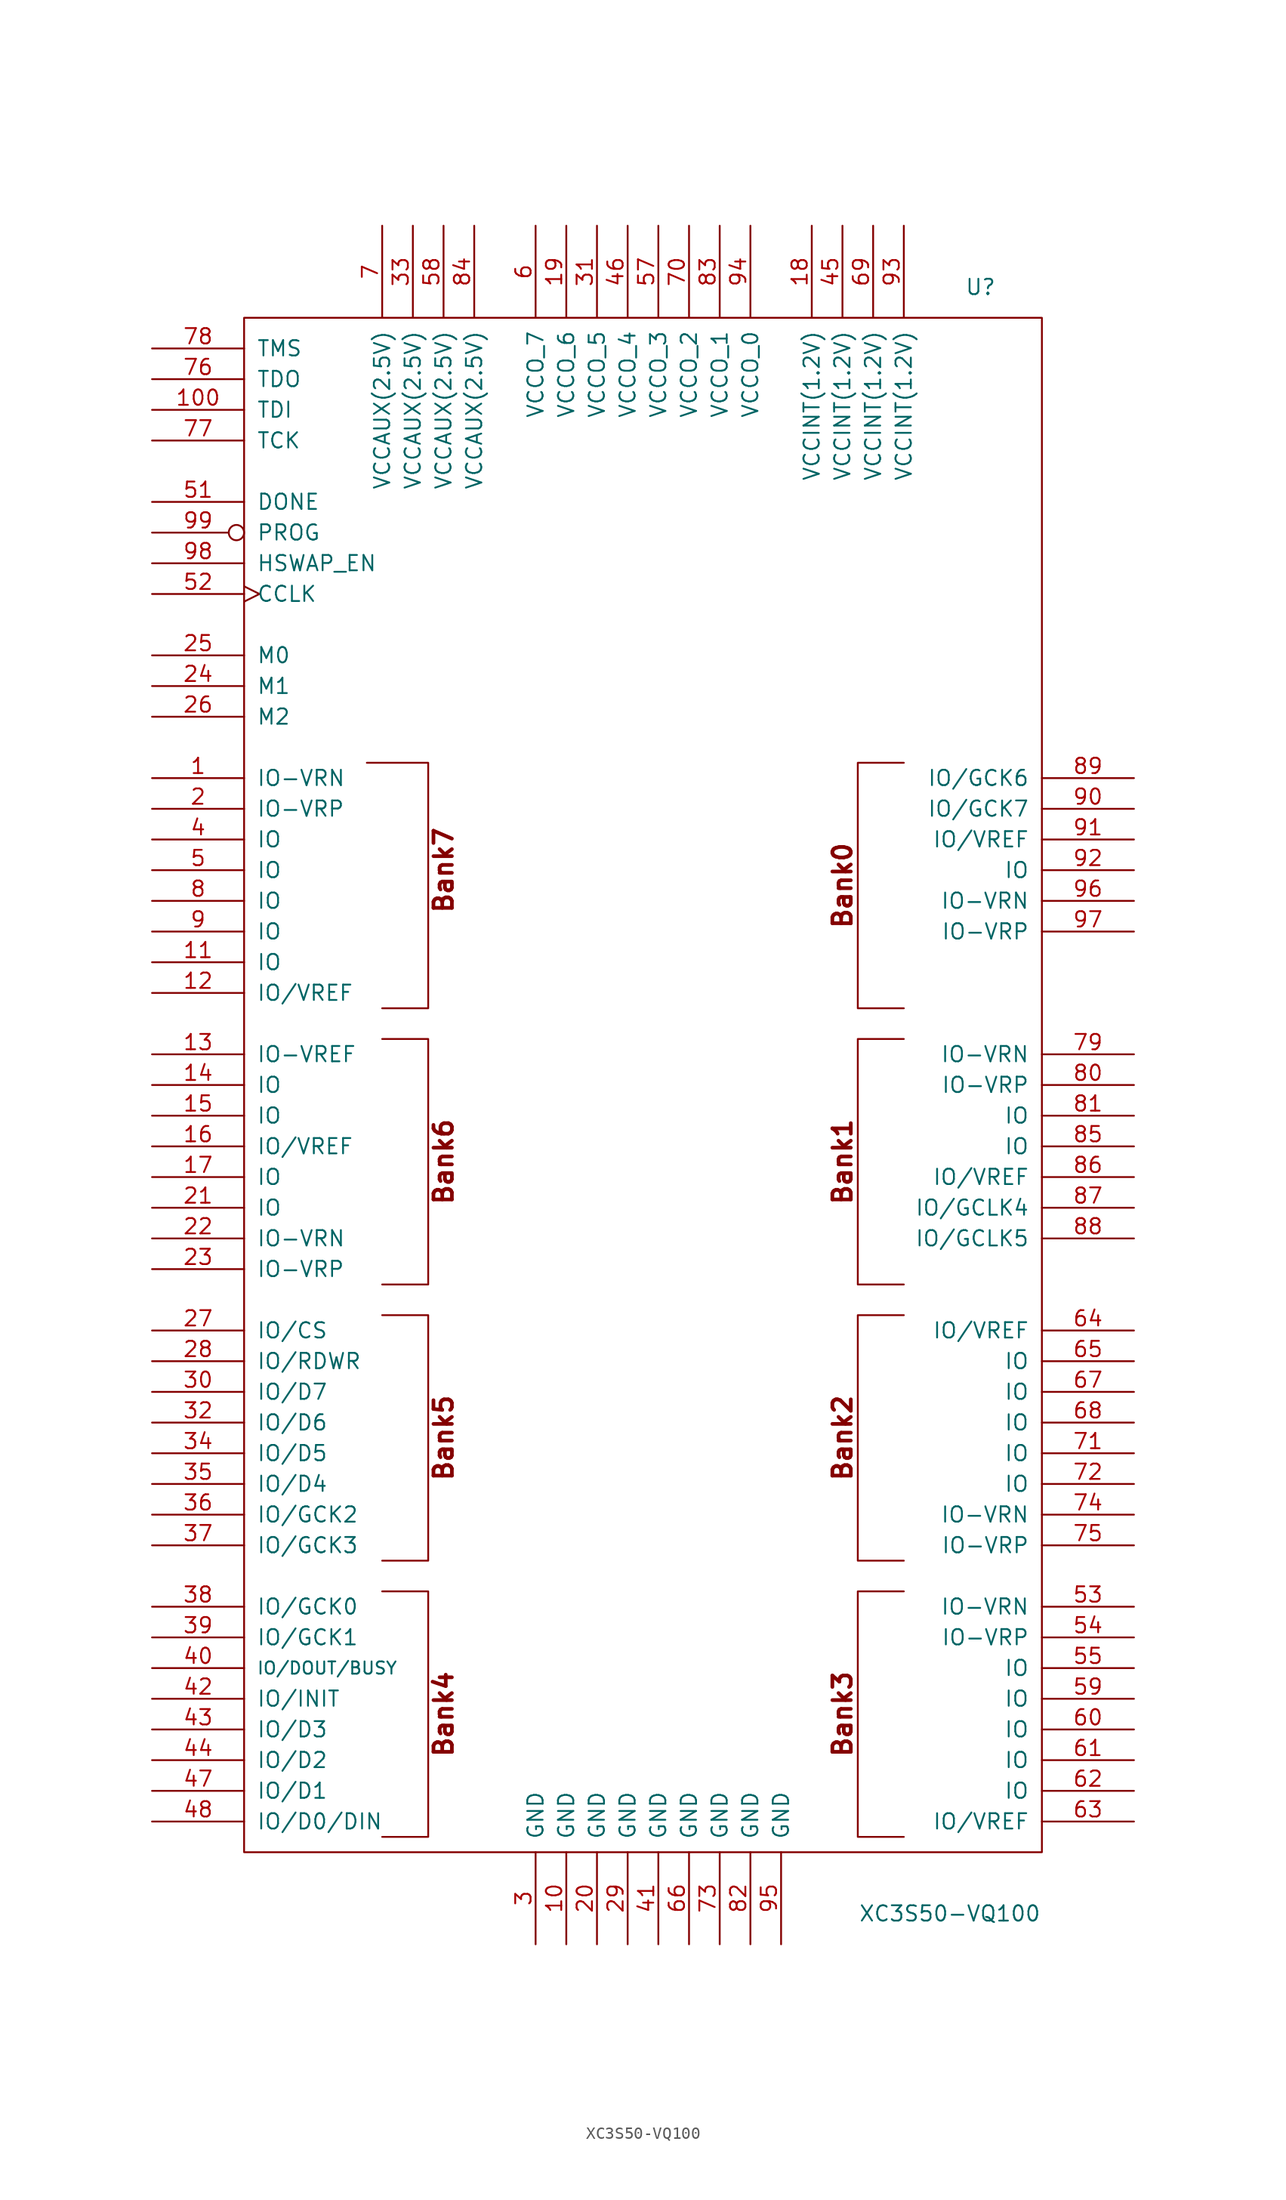
<source format=kicad_sym>
(kicad_symbol_lib
  (version 20201005)
  (generator kicad_symbol_editor)
  (symbol "FPGA_Xilinx:XC3S50-VQ100"
    (pin_names
      (offset 1.016))
    (property "Reference" "U"
      (at 26.67 66.04 0)
      (effects (font (size 1.27 1.27))))
    (property "Value" "XC3S50-VQ100"
      (at 24.13 -68.58 0)
      (effects (font (size 1.27 1.27))))
    (symbol "XC3S50-VQ100_0_0"
      (text "Bank0" (at 15.24 16.51 900) (effects (font (size 1.524 1.524) bold)))
      (text "Bank1" (at 15.24 -6.35 900) (effects (font (size 1.524 1.524) bold)))
      (text "Bank2" (at 15.24 -29.21 900) (effects (font (size 1.524 1.524) bold)))
      (text "Bank3" (at 15.24 -52.07 900) (effects (font (size 1.524 1.524) bold)))
      (text "Bank4" (at -17.78 -52.07 900) (effects (font (size 1.524 1.524) bold)))
      (text "Bank5" (at -17.78 -29.21 900) (effects (font (size 1.524 1.524) bold)))
      (text "Bank6" (at -17.78 -6.35 900) (effects (font (size 1.524 1.524) bold)))
      (text "Bank7" (at -17.78 17.78 900) (effects (font (size 1.524 1.524) bold)))
      (rectangle (start -34.29 63.5) (end 31.75 -63.5) (stroke (width 0)) (fill (type none))))
    (symbol "XC3S50-VQ100_0_1"
      (polyline (pts (xy -24.13 26.67) (xy -19.05 26.67) (xy -19.05 6.35) (xy -22.86 6.35) (xy -22.86 6.35)) (stroke (width 0)) (fill (type none)))
      (polyline (pts (xy -22.86 -41.91) (xy -19.05 -41.91) (xy -19.05 -62.23) (xy -22.86 -62.23) (xy -22.86 -62.23)) (stroke (width 0)) (fill (type none)))
      (polyline (pts (xy -22.86 -19.05) (xy -19.05 -19.05) (xy -19.05 -39.37) (xy -22.86 -39.37) (xy -22.86 -39.37)) (stroke (width 0)) (fill (type none)))
      (polyline (pts (xy -22.86 3.81) (xy -19.05 3.81) (xy -19.05 -16.51) (xy -22.86 -16.51) (xy -22.86 -16.51)) (stroke (width 0)) (fill (type none)))
      (polyline (pts (xy 20.32 -41.91) (xy 16.51 -41.91) (xy 16.51 -62.23) (xy 20.32 -62.23) (xy 20.32 -62.23)) (stroke (width 0)) (fill (type none)))
      (polyline (pts (xy 20.32 -19.05) (xy 16.51 -19.05) (xy 16.51 -39.37) (xy 20.32 -39.37) (xy 20.32 -39.37)) (stroke (width 0)) (fill (type none)))
      (polyline (pts (xy 20.32 3.81) (xy 16.51 3.81) (xy 16.51 -16.51) (xy 20.32 -16.51) (xy 20.32 -16.51)) (stroke (width 0)) (fill (type none)))
      (polyline (pts (xy 20.32 26.67) (xy 16.51 26.67) (xy 16.51 6.35) (xy 20.32 6.35) (xy 20.32 6.35)) (stroke (width 0)) (fill (type none))))
    (symbol "XC3S50-VQ100_1_1"
      (pin bidirectional line (at -41.91 25.4 0) (length 7.62) (name "IO-VRN" (effects (font (size 1.27 1.27)))) (number "1" (effects (font (size 1.27 1.27)))))
      (pin power_in line (at -7.62 -71.12 90) (length 7.62) (name "GND" (effects (font (size 1.27 1.27)))) (number "10" (effects (font (size 1.27 1.27)))))
      (pin input line (at -41.91 55.88 0) (length 7.62) (name "TDI" (effects (font (size 1.27 1.27)))) (number "100" (effects (font (size 1.27 1.27)))))
      (pin bidirectional line (at -41.91 10.16 0) (length 7.62) (name "IO" (effects (font (size 1.27 1.27)))) (number "11" (effects (font (size 1.27 1.27)))))
      (pin bidirectional line (at -41.91 7.62 0) (length 7.62) (name "IO/VREF" (effects (font (size 1.27 1.27)))) (number "12" (effects (font (size 1.27 1.27)))))
      (pin input line (at -41.91 2.54 0) (length 7.62) (name "IO-VREF" (effects (font (size 1.27 1.27)))) (number "13" (effects (font (size 1.27 1.27)))))
      (pin bidirectional line (at -41.91 0 0) (length 7.62) (name "IO" (effects (font (size 1.27 1.27)))) (number "14" (effects (font (size 1.27 1.27)))))
      (pin bidirectional line (at -41.91 -2.54 0) (length 7.62) (name "IO" (effects (font (size 1.27 1.27)))) (number "15" (effects (font (size 1.27 1.27)))))
      (pin bidirectional line (at -41.91 -5.08 0) (length 7.62) (name "IO/VREF" (effects (font (size 1.27 1.27)))) (number "16" (effects (font (size 1.27 1.27)))))
      (pin bidirectional line (at -41.91 -7.62 0) (length 7.62) (name "IO" (effects (font (size 1.27 1.27)))) (number "17" (effects (font (size 1.27 1.27)))))
      (pin power_in line (at 12.7 71.12 270) (length 7.62) (name "VCCINT(1.2V)" (effects (font (size 1.27 1.27)))) (number "18" (effects (font (size 1.27 1.27)))))
      (pin power_in line (at -7.62 71.12 270) (length 7.62) (name "VCCO_6" (effects (font (size 1.27 1.27)))) (number "19" (effects (font (size 1.27 1.27)))))
      (pin bidirectional line (at -41.91 22.86 0) (length 7.62) (name "IO-VRP" (effects (font (size 1.27 1.27)))) (number "2" (effects (font (size 1.27 1.27)))))
      (pin power_in line (at -5.08 -71.12 90) (length 7.62) (name "GND" (effects (font (size 1.27 1.27)))) (number "20" (effects (font (size 1.27 1.27)))))
      (pin bidirectional line (at -41.91 -10.16 0) (length 7.62) (name "IO" (effects (font (size 1.27 1.27)))) (number "21" (effects (font (size 1.27 1.27)))))
      (pin bidirectional line (at -41.91 -12.7 0) (length 7.62) (name "IO-VRN" (effects (font (size 1.27 1.27)))) (number "22" (effects (font (size 1.27 1.27)))))
      (pin bidirectional line (at -41.91 -15.24 0) (length 7.62) (name "IO-VRP" (effects (font (size 1.27 1.27)))) (number "23" (effects (font (size 1.27 1.27)))))
      (pin input line (at -41.91 33.02 0) (length 7.62) (name "M1" (effects (font (size 1.27 1.27)))) (number "24" (effects (font (size 1.27 1.27)))))
      (pin input line (at -41.91 35.56 0) (length 7.62) (name "M0" (effects (font (size 1.27 1.27)))) (number "25" (effects (font (size 1.27 1.27)))))
      (pin input line (at -41.91 30.48 0) (length 7.62) (name "M2" (effects (font (size 1.27 1.27)))) (number "26" (effects (font (size 1.27 1.27)))))
      (pin bidirectional line (at -41.91 -20.32 0) (length 7.62) (name "IO/CS" (effects (font (size 1.27 1.27)))) (number "27" (effects (font (size 1.27 1.27)))))
      (pin bidirectional line (at -41.91 -22.86 0) (length 7.62) (name "IO/RDWR" (effects (font (size 1.27 1.27)))) (number "28" (effects (font (size 1.27 1.27)))))
      (pin power_in line (at -2.54 -71.12 90) (length 7.62) (name "GND" (effects (font (size 1.27 1.27)))) (number "29" (effects (font (size 1.27 1.27)))))
      (pin power_in line (at -10.16 -71.12 90) (length 7.62) (name "GND" (effects (font (size 1.27 1.27)))) (number "3" (effects (font (size 1.27 1.27)))))
      (pin bidirectional line (at -41.91 -25.4 0) (length 7.62) (name "IO/D7" (effects (font (size 1.27 1.27)))) (number "30" (effects (font (size 1.27 1.27)))))
      (pin power_in line (at -5.08 71.12 270) (length 7.62) (name "VCCO_5" (effects (font (size 1.27 1.27)))) (number "31" (effects (font (size 1.27 1.27)))))
      (pin bidirectional line (at -41.91 -27.94 0) (length 7.62) (name "IO/D6" (effects (font (size 1.27 1.27)))) (number "32" (effects (font (size 1.27 1.27)))))
      (pin power_in line (at -20.32 71.12 270) (length 7.62) (name "VCCAUX(2.5V)" (effects (font (size 1.27 1.27)))) (number "33" (effects (font (size 1.27 1.27)))))
      (pin bidirectional line (at -41.91 -30.48 0) (length 7.62) (name "IO/D5" (effects (font (size 1.27 1.27)))) (number "34" (effects (font (size 1.27 1.27)))))
      (pin bidirectional line (at -41.91 -33.02 0) (length 7.62) (name "IO/D4" (effects (font (size 1.27 1.27)))) (number "35" (effects (font (size 1.27 1.27)))))
      (pin bidirectional line (at -41.91 -35.56 0) (length 7.62) (name "IO/GCK2" (effects (font (size 1.27 1.27)))) (number "36" (effects (font (size 1.27 1.27)))))
      (pin bidirectional line (at -41.91 -38.1 0) (length 7.62) (name "IO/GCK3" (effects (font (size 1.27 1.27)))) (number "37" (effects (font (size 1.27 1.27)))))
      (pin bidirectional line (at -41.91 -43.18 0) (length 7.62) (name "IO/GCK0" (effects (font (size 1.27 1.27)))) (number "38" (effects (font (size 1.27 1.27)))))
      (pin bidirectional line (at -41.91 -45.72 0) (length 7.62) (name "IO/GCK1" (effects (font (size 1.27 1.27)))) (number "39" (effects (font (size 1.27 1.27)))))
      (pin bidirectional line (at -41.91 20.32 0) (length 7.62) (name "IO" (effects (font (size 1.27 1.27)))) (number "4" (effects (font (size 1.27 1.27)))))
      (pin bidirectional line (at -41.91 -48.26 0) (length 7.62) (name "IO/DOUT/BUSY" (effects (font (size 1.016 1.016)))) (number "40" (effects (font (size 1.27 1.27)))))
      (pin power_in line (at 0 -71.12 90) (length 7.62) (name "GND" (effects (font (size 1.27 1.27)))) (number "41" (effects (font (size 1.27 1.27)))))
      (pin bidirectional line (at -41.91 -50.8 0) (length 7.62) (name "IO/INIT" (effects (font (size 1.27 1.27)))) (number "42" (effects (font (size 1.27 1.27)))))
      (pin bidirectional line (at -41.91 -53.34 0) (length 7.62) (name "IO/D3" (effects (font (size 1.27 1.27)))) (number "43" (effects (font (size 1.27 1.27)))))
      (pin bidirectional line (at -41.91 -55.88 0) (length 7.62) (name "IO/D2" (effects (font (size 1.27 1.27)))) (number "44" (effects (font (size 1.27 1.27)))))
      (pin power_in line (at 15.24 71.12 270) (length 7.62) (name "VCCINT(1.2V)" (effects (font (size 1.27 1.27)))) (number "45" (effects (font (size 1.27 1.27)))))
      (pin power_in line (at -2.54 71.12 270) (length 7.62) (name "VCCO_4" (effects (font (size 1.27 1.27)))) (number "46" (effects (font (size 1.27 1.27)))))
      (pin bidirectional line (at -41.91 -58.42 0) (length 7.62) (name "IO/D1" (effects (font (size 1.27 1.27)))) (number "47" (effects (font (size 1.27 1.27)))))
      (pin bidirectional line (at -41.91 -60.96 0) (length 7.62) (name "IO/D0/DIN" (effects (font (size 1.27 1.27)))) (number "48" (effects (font (size 1.27 1.27)))))
      (pin bidirectional line (at -41.91 17.78 0) (length 7.62) (name "IO" (effects (font (size 1.27 1.27)))) (number "5" (effects (font (size 1.27 1.27)))))
      (pin open_collector line (at -41.91 48.26 0) (length 7.62) (name "DONE" (effects (font (size 1.27 1.27)))) (number "51" (effects (font (size 1.27 1.27)))))
      (pin input clock (at -41.91 40.64 0) (length 7.62) (name "CCLK" (effects (font (size 1.27 1.27)))) (number "52" (effects (font (size 1.27 1.27)))))
      (pin bidirectional line (at 39.37 -43.18 180) (length 7.62) (name "IO-VRN" (effects (font (size 1.27 1.27)))) (number "53" (effects (font (size 1.27 1.27)))))
      (pin bidirectional line (at 39.37 -45.72 180) (length 7.62) (name "IO-VRP" (effects (font (size 1.27 1.27)))) (number "54" (effects (font (size 1.27 1.27)))))
      (pin bidirectional line (at 39.37 -48.26 180) (length 7.62) (name "IO" (effects (font (size 1.27 1.27)))) (number "55" (effects (font (size 1.27 1.27)))))
      (pin power_in line (at 0 71.12 270) (length 7.62) (name "VCCO_3" (effects (font (size 1.27 1.27)))) (number "57" (effects (font (size 1.27 1.27)))))
      (pin power_in line (at -17.78 71.12 270) (length 7.62) (name "VCCAUX(2.5V)" (effects (font (size 1.27 1.27)))) (number "58" (effects (font (size 1.27 1.27)))))
      (pin bidirectional line (at 39.37 -50.8 180) (length 7.62) (name "IO" (effects (font (size 1.27 1.27)))) (number "59" (effects (font (size 1.27 1.27)))))
      (pin power_in line (at -10.16 71.12 270) (length 7.62) (name "VCCO_7" (effects (font (size 1.27 1.27)))) (number "6" (effects (font (size 1.27 1.27)))))
      (pin bidirectional line (at 39.37 -53.34 180) (length 7.62) (name "IO" (effects (font (size 1.27 1.27)))) (number "60" (effects (font (size 1.27 1.27)))))
      (pin bidirectional line (at 39.37 -55.88 180) (length 7.62) (name "IO" (effects (font (size 1.27 1.27)))) (number "61" (effects (font (size 1.27 1.27)))))
      (pin bidirectional line (at 39.37 -58.42 180) (length 7.62) (name "IO" (effects (font (size 1.27 1.27)))) (number "62" (effects (font (size 1.27 1.27)))))
      (pin bidirectional line (at 39.37 -60.96 180) (length 7.62) (name "IO/VREF" (effects (font (size 1.27 1.27)))) (number "63" (effects (font (size 1.27 1.27)))))
      (pin bidirectional line (at 39.37 -20.32 180) (length 7.62) (name "IO/VREF" (effects (font (size 1.27 1.27)))) (number "64" (effects (font (size 1.27 1.27)))))
      (pin bidirectional line (at 39.37 -22.86 180) (length 7.62) (name "IO" (effects (font (size 1.27 1.27)))) (number "65" (effects (font (size 1.27 1.27)))))
      (pin power_in line (at 2.54 -71.12 90) (length 7.62) (name "GND" (effects (font (size 1.27 1.27)))) (number "66" (effects (font (size 1.27 1.27)))))
      (pin bidirectional line (at 39.37 -25.4 180) (length 7.62) (name "IO" (effects (font (size 1.27 1.27)))) (number "67" (effects (font (size 1.27 1.27)))))
      (pin bidirectional line (at 39.37 -27.94 180) (length 7.62) (name "IO" (effects (font (size 1.27 1.27)))) (number "68" (effects (font (size 1.27 1.27)))))
      (pin power_in line (at 17.78 71.12 270) (length 7.62) (name "VCCINT(1.2V)" (effects (font (size 1.27 1.27)))) (number "69" (effects (font (size 1.27 1.27)))))
      (pin power_in line (at -22.86 71.12 270) (length 7.62) (name "VCCAUX(2.5V)" (effects (font (size 1.27 1.27)))) (number "7" (effects (font (size 1.27 1.27)))))
      (pin power_in line (at 2.54 71.12 270) (length 7.62) (name "VCCO_2" (effects (font (size 1.27 1.27)))) (number "70" (effects (font (size 1.27 1.27)))))
      (pin bidirectional line (at 39.37 -30.48 180) (length 7.62) (name "IO" (effects (font (size 1.27 1.27)))) (number "71" (effects (font (size 1.27 1.27)))))
      (pin bidirectional line (at 39.37 -33.02 180) (length 7.62) (name "IO" (effects (font (size 1.27 1.27)))) (number "72" (effects (font (size 1.27 1.27)))))
      (pin power_in line (at 5.08 -71.12 90) (length 7.62) (name "GND" (effects (font (size 1.27 1.27)))) (number "73" (effects (font (size 1.27 1.27)))))
      (pin bidirectional line (at 39.37 -35.56 180) (length 7.62) (name "IO-VRN" (effects (font (size 1.27 1.27)))) (number "74" (effects (font (size 1.27 1.27)))))
      (pin bidirectional line (at 39.37 -38.1 180) (length 7.62) (name "IO-VRP" (effects (font (size 1.27 1.27)))) (number "75" (effects (font (size 1.27 1.27)))))
      (pin output line (at -41.91 58.42 0) (length 7.62) (name "TDO" (effects (font (size 1.27 1.27)))) (number "76" (effects (font (size 1.27 1.27)))))
      (pin input line (at -41.91 53.34 0) (length 7.62) (name "TCK" (effects (font (size 1.27 1.27)))) (number "77" (effects (font (size 1.27 1.27)))))
      (pin input line (at -41.91 60.96 0) (length 7.62) (name "TMS" (effects (font (size 1.27 1.27)))) (number "78" (effects (font (size 1.27 1.27)))))
      (pin bidirectional line (at 39.37 2.54 180) (length 7.62) (name "IO-VRN" (effects (font (size 1.27 1.27)))) (number "79" (effects (font (size 1.27 1.27)))))
      (pin bidirectional line (at -41.91 15.24 0) (length 7.62) (name "IO" (effects (font (size 1.27 1.27)))) (number "8" (effects (font (size 1.27 1.27)))))
      (pin bidirectional line (at 39.37 0 180) (length 7.62) (name "IO-VRP" (effects (font (size 1.27 1.27)))) (number "80" (effects (font (size 1.27 1.27)))))
      (pin bidirectional line (at 39.37 -2.54 180) (length 7.62) (name "IO" (effects (font (size 1.27 1.27)))) (number "81" (effects (font (size 1.27 1.27)))))
      (pin power_in line (at 7.62 -71.12 90) (length 7.62) (name "GND" (effects (font (size 1.27 1.27)))) (number "82" (effects (font (size 1.27 1.27)))))
      (pin passive line (at 5.08 71.12 270) (length 7.62) (name "VCCO_1" (effects (font (size 1.27 1.27)))) (number "83" (effects (font (size 1.27 1.27)))))
      (pin power_in line (at -15.24 71.12 270) (length 7.62) (name "VCCAUX(2.5V)" (effects (font (size 1.27 1.27)))) (number "84" (effects (font (size 1.27 1.27)))))
      (pin bidirectional line (at 39.37 -5.08 180) (length 7.62) (name "IO" (effects (font (size 1.27 1.27)))) (number "85" (effects (font (size 1.27 1.27)))))
      (pin bidirectional line (at 39.37 -7.62 180) (length 7.62) (name "IO/VREF" (effects (font (size 1.27 1.27)))) (number "86" (effects (font (size 1.27 1.27)))))
      (pin bidirectional line (at 39.37 -10.16 180) (length 7.62) (name "IO/GCLK4" (effects (font (size 1.27 1.27)))) (number "87" (effects (font (size 1.27 1.27)))))
      (pin bidirectional line (at 39.37 -12.7 180) (length 7.62) (name "IO/GCLK5" (effects (font (size 1.27 1.27)))) (number "88" (effects (font (size 1.27 1.27)))))
      (pin bidirectional line (at 39.37 25.4 180) (length 7.62) (name "IO/GCK6" (effects (font (size 1.27 1.27)))) (number "89" (effects (font (size 1.27 1.27)))))
      (pin bidirectional line (at -41.91 12.7 0) (length 7.62) (name "IO" (effects (font (size 1.27 1.27)))) (number "9" (effects (font (size 1.27 1.27)))))
      (pin bidirectional line (at 39.37 22.86 180) (length 7.62) (name "IO/GCK7" (effects (font (size 1.27 1.27)))) (number "90" (effects (font (size 1.27 1.27)))))
      (pin bidirectional line (at 39.37 20.32 180) (length 7.62) (name "IO/VREF" (effects (font (size 1.27 1.27)))) (number "91" (effects (font (size 1.27 1.27)))))
      (pin bidirectional line (at 39.37 17.78 180) (length 7.62) (name "IO" (effects (font (size 1.27 1.27)))) (number "92" (effects (font (size 1.27 1.27)))))
      (pin power_in line (at 20.32 71.12 270) (length 7.62) (name "VCCINT(1.2V)" (effects (font (size 1.27 1.27)))) (number "93" (effects (font (size 1.27 1.27)))))
      (pin passive line (at 7.62 71.12 270) (length 7.62) (name "VCCO_0" (effects (font (size 1.27 1.27)))) (number "94" (effects (font (size 1.27 1.27)))))
      (pin power_in line (at 10.16 -71.12 90) (length 7.62) (name "GND" (effects (font (size 1.27 1.27)))) (number "95" (effects (font (size 1.27 1.27)))))
      (pin bidirectional line (at 39.37 15.24 180) (length 7.62) (name "IO-VRN" (effects (font (size 1.27 1.27)))) (number "96" (effects (font (size 1.27 1.27)))))
      (pin bidirectional line (at 39.37 12.7 180) (length 7.62) (name "IO-VRP" (effects (font (size 1.27 1.27)))) (number "97" (effects (font (size 1.27 1.27)))))
      (pin bidirectional line (at -41.91 43.18 0) (length 7.62) (name "HSWAP_EN" (effects (font (size 1.27 1.27)))) (number "98" (effects (font (size 1.27 1.27)))))
      (pin input inverted (at -41.91 45.72 0) (length 7.62) (name "PROG" (effects (font (size 1.27 1.27)))) (number "99" (effects (font (size 1.27 1.27))))))))
</source>
